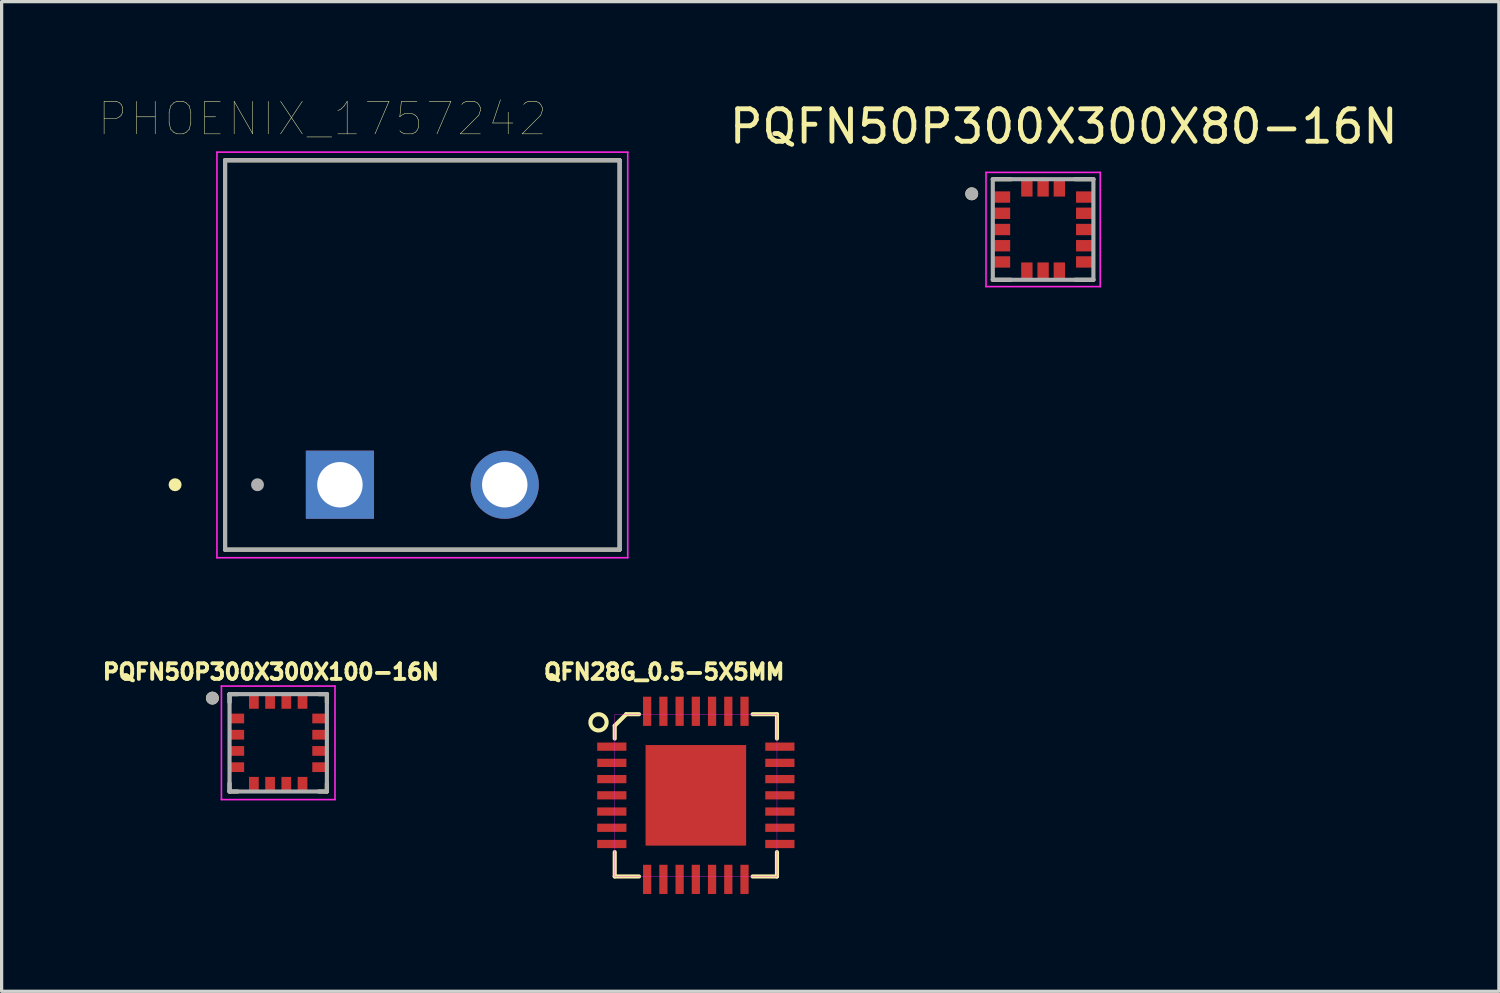
<source format=kicad_pcb>
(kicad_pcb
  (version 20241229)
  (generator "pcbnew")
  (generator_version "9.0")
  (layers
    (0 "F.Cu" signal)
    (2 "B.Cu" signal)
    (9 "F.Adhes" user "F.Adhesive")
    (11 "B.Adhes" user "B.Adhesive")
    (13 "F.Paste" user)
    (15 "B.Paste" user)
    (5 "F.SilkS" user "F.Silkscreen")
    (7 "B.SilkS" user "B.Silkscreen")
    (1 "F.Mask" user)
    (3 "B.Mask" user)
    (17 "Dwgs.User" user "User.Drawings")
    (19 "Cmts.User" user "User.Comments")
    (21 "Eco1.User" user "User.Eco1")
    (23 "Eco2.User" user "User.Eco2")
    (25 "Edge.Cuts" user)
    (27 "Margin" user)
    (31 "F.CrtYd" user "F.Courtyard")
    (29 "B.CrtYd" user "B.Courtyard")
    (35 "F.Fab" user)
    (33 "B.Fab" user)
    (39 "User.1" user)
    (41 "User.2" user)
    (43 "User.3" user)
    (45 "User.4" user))
  (footprint "PHOENIX_1757242"
    (layer "F.Cu")
    (at 9.966 7.889)
    (property "Reference" "PHOENIX_1757242" (at -3.08 -7.277 0) (layer "F.SilkS") (effects (font (size 1.002 1.002) (thickness 0.015))))
    (attr through_hole)
    (fp_line (start -6.08 -6) (end 6.08 -6) (stroke (width 0.127) (type solid)) (layer "F.SilkS"))
    (fp_line (start -6.08 6) (end -6.08 -6) (stroke (width 0.127) (type solid)) (layer "F.SilkS"))
    (fp_line (start 6.08 -6) (end 6.08 6) (stroke (width 0.127) (type solid)) (layer "F.SilkS"))
    (fp_line (start 6.08 6) (end -6.08 6) (stroke (width 0.127) (type solid)) (layer "F.SilkS"))
    (fp_circle (center -7.62 4) (end -7.52 4) (stroke (width 0.2) (type solid)) (fill no) (layer "F.SilkS"))
    (fp_line (start -6.33 -6.25) (end 6.33 -6.25) (stroke (width 0.05) (type solid)) (layer "F.CrtYd"))
    (fp_line (start -6.33 6.25) (end -6.33 -6.25) (stroke (width 0.05) (type solid)) (layer "F.CrtYd"))
    (fp_line (start 6.33 -6.25) (end 6.33 6.25) (stroke (width 0.05) (type solid)) (layer "F.CrtYd"))
    (fp_line (start 6.33 6.25) (end -6.33 6.25) (stroke (width 0.05) (type solid)) (layer "F.CrtYd"))
    (fp_line (start -6.08 -6) (end 6.08 -6) (stroke (width 0.127) (type solid)) (layer "F.Fab"))
    (fp_line (start -6.08 6) (end -6.08 -6) (stroke (width 0.127) (type solid)) (layer "F.Fab"))
    (fp_line (start 6.08 -6) (end 6.08 6) (stroke (width 0.127) (type solid)) (layer "F.Fab"))
    (fp_line (start 6.08 6) (end -6.08 6) (stroke (width 0.127) (type solid)) (layer "F.Fab"))
    (fp_circle (center -5.08 4) (end -4.98 4) (stroke (width 0.2) (type solid)) (fill no) (layer "F.Fab"))
    (pad "1" thru_hole rect (at -2.54 4) (size 2.1 2.1) (drill 1.4) (layers "*.Cu" "*.Mask"))
    (pad "2" thru_hole circle (at 2.54 4) (size 2.1 2.1) (drill 1.4) (layers "*.Cu" "*.Mask")))
  (footprint "QFN28G_0.5-5X5MM"
    (layer "F.Cu")
    (at 18.395 21.461)
    (property "Reference" "QFN28G_0.5-5X5MM" (at -0.976 -3.805 0) (layer "F.SilkS") (effects (font (size 0.48 0.48) (thickness 0.15))))
    (attr through_hole)
    (fp_line (start -2.5 -2.146) (end -2.5 -1.75) (stroke (width 0.127) (type solid)) (layer "F.SilkS"))
    (fp_line (start -2.5 1.75) (end -2.5 2.5) (stroke (width 0.127) (type solid)) (layer "F.SilkS"))
    (fp_line (start -2.5 2.5) (end -1.75 2.5) (stroke (width 0.127) (type solid)) (layer "F.SilkS"))
    (fp_line (start -2.146 -2.5) (end -2.5 -2.146) (stroke (width 0.127) (type solid)) (layer "F.SilkS"))
    (fp_line (start -1.75 -2.5) (end -2.146 -2.5) (stroke (width 0.127) (type solid)) (layer "F.SilkS"))
    (fp_line (start 1.75 -2.5) (end 2.5 -2.5) (stroke (width 0.127) (type solid)) (layer "F.SilkS"))
    (fp_line (start 1.75 2.5) (end 2.5 2.5) (stroke (width 0.127) (type solid)) (layer "F.SilkS"))
    (fp_line (start 2.5 -2.5) (end 2.5 -1.75) (stroke (width 0.127) (type solid)) (layer "F.SilkS"))
    (fp_line (start 2.5 2.5) (end 2.5 1.75) (stroke (width 0.127) (type solid)) (layer "F.SilkS"))
    (fp_circle (center -3 -2.25) (end -2.75 -2.25) (stroke (width 0.127) (type solid)) (fill no) (layer "F.SilkS"))
    (fp_poly (pts (xy -1.502 0.25) (xy -0.25 0.25) (xy -0.25 1.502) (xy -1.502 1.502)) (stroke (width 0.01) (type solid)) (fill yes) (layer "F.Paste"))
    (fp_poly (pts (xy -1.501 -1.5) (xy -0.25 -1.5) (xy -0.25 -0.25) (xy -1.501 -0.25)) (stroke (width 0.01) (type solid)) (fill yes) (layer "F.Paste"))
    (fp_poly (pts (xy 0.25 0.25) (xy 1.5 0.25) (xy 1.5 1.5) (xy 0.25 1.5)) (stroke (width 0.01) (type solid)) (fill yes) (layer "F.Paste"))
    (fp_poly (pts (xy 0.25 -1.5) (xy 1.5 -1.5) (xy 1.5 -0.25) (xy 0.25 -0.25)) (stroke (width 0.01) (type solid)) (fill yes) (layer "F.Paste"))
    (fp_poly (pts (xy -2.504 -2.5) (xy 2.5 -2.5) (xy 2.5 2.504) (xy -2.504 2.504)) (stroke (width 0.01) (type solid)) (fill no) (layer "F.CrtYd"))
    (pad "1" smd rect (at -2.59 -1.5) (size 0.9 0.254) (layers "F.Cu" "F.Mask" "F.Paste"))
    (pad "2" smd rect (at -2.59 -1) (size 0.9 0.254) (layers "F.Cu" "F.Mask" "F.Paste"))
    (pad "3" smd rect (at -2.59 -0.5) (size 0.9 0.254) (layers "F.Cu" "F.Mask" "F.Paste"))
    (pad "4" smd rect (at -2.59 0) (size 0.9 0.254) (layers "F.Cu" "F.Mask" "F.Paste"))
    (pad "5" smd rect (at -2.59 0.5) (size 0.9 0.254) (layers "F.Cu" "F.Mask" "F.Paste"))
    (pad "6" smd rect (at -2.59 1) (size 0.9 0.254) (layers "F.Cu" "F.Mask" "F.Paste"))
    (pad "7" smd rect (at -2.59 1.5) (size 0.9 0.254) (layers "F.Cu" "F.Mask" "F.Paste"))
    (pad "8" smd rect (at -1.5 2.59) (size 0.254 0.9) (layers "F.Cu" "F.Mask" "F.Paste"))
    (pad "9" smd rect (at -1 2.59) (size 0.254 0.9) (layers "F.Cu" "F.Mask" "F.Paste"))
    (pad "10" smd rect (at -0.5 2.59) (size 0.254 0.9) (layers "F.Cu" "F.Mask" "F.Paste"))
    (pad "11" smd rect (at 0 2.59) (size 0.254 0.9) (layers "F.Cu" "F.Mask" "F.Paste"))
    (pad "12" smd rect (at 0.5 2.59) (size 0.254 0.9) (layers "F.Cu" "F.Mask" "F.Paste"))
    (pad "13" smd rect (at 1 2.59) (size 0.254 0.9) (layers "F.Cu" "F.Mask" "F.Paste"))
    (pad "14" smd rect (at 1.5 2.59) (size 0.254 0.9) (layers "F.Cu" "F.Mask" "F.Paste"))
    (pad "15" smd rect (at 2.59 1.5) (size 0.9 0.254) (layers "F.Cu" "F.Mask" "F.Paste"))
    (pad "16" smd rect (at 2.59 1) (size 0.9 0.254) (layers "F.Cu" "F.Mask" "F.Paste"))
    (pad "17" smd rect (at 2.59 0.5) (size 0.9 0.254) (layers "F.Cu" "F.Mask" "F.Paste"))
    (pad "18" smd rect (at 2.59 0) (size 0.9 0.254) (layers "F.Cu" "F.Mask" "F.Paste"))
    (pad "19" smd rect (at 2.59 -0.5) (size 0.9 0.254) (layers "F.Cu" "F.Mask" "F.Paste"))
    (pad "20" smd rect (at 2.59 -1) (size 0.9 0.254) (layers "F.Cu" "F.Mask" "F.Paste"))
    (pad "21" smd rect (at 2.59 -1.5) (size 0.9 0.254) (layers "F.Cu" "F.Mask" "F.Paste"))
    (pad "22" smd rect (at 1.5 -2.59) (size 0.254 0.9) (layers "F.Cu" "F.Mask" "F.Paste"))
    (pad "23" smd rect (at 1 -2.59) (size 0.254 0.9) (layers "F.Cu" "F.Mask" "F.Paste"))
    (pad "24" smd rect (at 0.5 -2.59) (size 0.254 0.9) (layers "F.Cu" "F.Mask" "F.Paste"))
    (pad "25" smd rect (at 0 -2.59) (size 0.254 0.9) (layers "F.Cu" "F.Mask" "F.Paste"))
    (pad "26" smd rect (at -0.5 -2.59) (size 0.254 0.9) (layers "F.Cu" "F.Mask" "F.Paste"))
    (pad "27" smd rect (at -1 -2.59) (size 0.254 0.9) (layers "F.Cu" "F.Mask" "F.Paste"))
    (pad "28" smd rect (at -1.5 -2.59) (size 0.254 0.9) (layers "F.Cu" "F.Mask" "F.Paste"))
    (pad "29" smd rect (at 0 0) (size 3.1 3.1) (layers "F.Cu" "F.Mask")))
  (footprint "PQFN50P300X300X100-16N"
    (layer "F.Cu")
    (at 5.524 19.843)
    (property "Reference" "PQFN50P300X300X100-16N" (at -0.226 -2.187 0) (layer "F.SilkS") (effects (font (size 0.48 0.48) (thickness 0.12))))
    (attr through_hole)
    (fp_line (start -1.5 -1.5) (end -1.25 -1.5) (stroke (width 0.127) (type solid)) (layer "F.SilkS"))
    (fp_line (start -1.5 -1.25) (end -1.5 -1.5) (stroke (width 0.127) (type solid)) (layer "F.SilkS"))
    (fp_line (start -1.5 1.5) (end -1.5 1.25) (stroke (width 0.127) (type solid)) (layer "F.SilkS"))
    (fp_line (start -1.25 1.5) (end -1.5 1.5) (stroke (width 0.127) (type solid)) (layer "F.SilkS"))
    (fp_line (start 1.25 -1.5) (end 1.5 -1.5) (stroke (width 0.127) (type solid)) (layer "F.SilkS"))
    (fp_line (start 1.5 -1.5) (end 1.5 -1.25) (stroke (width 0.127) (type solid)) (layer "F.SilkS"))
    (fp_line (start 1.5 1.25) (end 1.5 1.5) (stroke (width 0.127) (type solid)) (layer "F.SilkS"))
    (fp_line (start 1.5 1.5) (end 1.25 1.5) (stroke (width 0.127) (type solid)) (layer "F.SilkS"))
    (fp_circle (center -2.028 -1.378) (end -1.928 -1.378) (stroke (width 0.2) (type solid)) (fill no) (layer "F.SilkS"))
    (fp_line (start -1.75 -1.75) (end 1.75 -1.75) (stroke (width 0.05) (type solid)) (layer "F.CrtYd"))
    (fp_line (start -1.75 1.75) (end -1.75 -1.75) (stroke (width 0.05) (type solid)) (layer "F.CrtYd"))
    (fp_line (start 1.75 -1.75) (end 1.75 1.75) (stroke (width 0.05) (type solid)) (layer "F.CrtYd"))
    (fp_line (start 1.75 1.75) (end -1.75 1.75) (stroke (width 0.05) (type solid)) (layer "F.CrtYd"))
    (fp_line (start -1.5 -1.5) (end 1.5 -1.5) (stroke (width 0.127) (type solid)) (layer "F.Fab"))
    (fp_line (start -1.5 1.5) (end -1.5 -1.5) (stroke (width 0.127) (type solid)) (layer "F.Fab"))
    (fp_line (start 1.5 -1.5) (end 1.5 1.5) (stroke (width 0.127) (type solid)) (layer "F.Fab"))
    (fp_line (start 1.5 1.5) (end -1.5 1.5) (stroke (width 0.127) (type solid)) (layer "F.Fab"))
    (fp_circle (center -2.028 -1.378) (end -1.928 -1.378) (stroke (width 0.2) (type solid)) (fill no) (layer "F.Fab"))
    (pad "1" smd rect (at -1.275 -0.75) (size 0.45 0.3) (layers "F.Cu" "F.Mask" "F.Paste"))
    (pad "2" smd rect (at -1.275 -0.25) (size 0.45 0.3) (layers "F.Cu" "F.Mask" "F.Paste"))
    (pad "3" smd rect (at -1.275 0.25) (size 0.45 0.3) (layers "F.Cu" "F.Mask" "F.Paste"))
    (pad "4" smd rect (at -1.275 0.75) (size 0.45 0.3) (layers "F.Cu" "F.Mask" "F.Paste"))
    (pad "5" smd rect (at -0.75 1.275) (size 0.3 0.45) (layers "F.Cu" "F.Mask" "F.Paste"))
    (pad "6" smd rect (at -0.25 1.275) (size 0.3 0.45) (layers "F.Cu" "F.Mask" "F.Paste"))
    (pad "7" smd rect (at 0.25 1.275) (size 0.3 0.45) (layers "F.Cu" "F.Mask" "F.Paste"))
    (pad "8" smd rect (at 0.75 1.275) (size 0.3 0.45) (layers "F.Cu" "F.Mask" "F.Paste"))
    (pad "9" smd rect (at 1.275 0.75) (size 0.45 0.3) (layers "F.Cu" "F.Mask" "F.Paste"))
    (pad "10" smd rect (at 1.275 0.25) (size 0.45 0.3) (layers "F.Cu" "F.Mask" "F.Paste"))
    (pad "11" smd rect (at 1.275 -0.25) (size 0.45 0.3) (layers "F.Cu" "F.Mask" "F.Paste"))
    (pad "12" smd rect (at 1.275 -0.75) (size 0.45 0.3) (layers "F.Cu" "F.Mask" "F.Paste"))
    (pad "13" smd rect (at 0.75 -1.275) (size 0.3 0.45) (layers "F.Cu" "F.Mask" "F.Paste"))
    (pad "14" smd rect (at 0.25 -1.275) (size 0.3 0.45) (layers "F.Cu" "F.Mask" "F.Paste"))
    (pad "15" smd rect (at -0.25 -1.275) (size 0.3 0.45) (layers "F.Cu" "F.Mask" "F.Paste"))
    (pad "16" smd rect (at -0.75 -1.275) (size 0.3 0.45) (layers "F.Cu" "F.Mask" "F.Paste")))
  (footprint "PQFN50P300X300X80-16N"
    (layer "F.Cu")
    (at 29.097 4.023)
    (property "Reference" "PQFN50P300X300X80-16N" (at 0.635 -3.175 0) (layer "F.SilkS") (effects (font (size 1 1) (thickness 0.15))))
    (attr through_hole)
    (fp_line (start -1.55 -1.55) (end -0.99 -1.55) (stroke (width 0.127) (type solid)) (layer "F.SilkS"))
    (fp_line (start -1.55 1.55) (end -0.99 1.55) (stroke (width 0.127) (type solid)) (layer "F.SilkS"))
    (fp_line (start 1.55 -1.55) (end 0.99 -1.55) (stroke (width 0.127) (type solid)) (layer "F.SilkS"))
    (fp_line (start 1.55 1.55) (end 0.99 1.55) (stroke (width 0.127) (type solid)) (layer "F.SilkS"))
    (fp_circle (center -2.2 -1.1) (end -2.1 -1.1) (stroke (width 0.2) (type solid)) (fill no) (layer "F.SilkS"))
    (fp_line (start -1.76 -1.76) (end 1.76 -1.76) (stroke (width 0.05) (type solid)) (layer "F.CrtYd"))
    (fp_line (start -1.76 1.76) (end -1.76 -1.76) (stroke (width 0.05) (type solid)) (layer "F.CrtYd"))
    (fp_line (start 1.76 -1.76) (end 1.76 1.76) (stroke (width 0.05) (type solid)) (layer "F.CrtYd"))
    (fp_line (start 1.76 1.76) (end -1.76 1.76) (stroke (width 0.05) (type solid)) (layer "F.CrtYd"))
    (fp_line (start -1.55 -1.55) (end 1.55 -1.55) (stroke (width 0.127) (type solid)) (layer "F.Fab"))
    (fp_line (start -1.55 1.55) (end -1.55 -1.55) (stroke (width 0.127) (type solid)) (layer "F.Fab"))
    (fp_line (start 1.55 -1.55) (end 1.55 1.55) (stroke (width 0.127) (type solid)) (layer "F.Fab"))
    (fp_line (start 1.55 1.55) (end -1.55 1.55) (stroke (width 0.127) (type solid)) (layer "F.Fab"))
    (fp_circle (center -2.2 -1.1) (end -2.1 -1.1) (stroke (width 0.2) (type solid)) (fill no) (layer "F.Fab"))
    (pad "1" smd rect (at -1.26 -1) (size 0.49 0.35) (layers "F.Cu" "F.Mask" "F.Paste"))
    (pad "2" smd rect (at -1.26 -0.5) (size 0.49 0.35) (layers "F.Cu" "F.Mask" "F.Paste"))
    (pad "3" smd rect (at -1.26 0) (size 0.49 0.35) (layers "F.Cu" "F.Mask" "F.Paste"))
    (pad "4" smd rect (at -1.26 0.5) (size 0.49 0.35) (layers "F.Cu" "F.Mask" "F.Paste"))
    (pad "5" smd rect (at -1.26 1) (size 0.49 0.35) (layers "F.Cu" "F.Mask" "F.Paste"))
    (pad "6" smd rect (at -0.5 1.26 90) (size 0.49 0.35) (layers "F.Cu" "F.Mask" "F.Paste"))
    (pad "7" smd rect (at 0 1.26 90) (size 0.49 0.35) (layers "F.Cu" "F.Mask" "F.Paste"))
    (pad "8" smd rect (at 0.5 1.26 90) (size 0.49 0.35) (layers "F.Cu" "F.Mask" "F.Paste"))
    (pad "9" smd rect (at 1.26 1 180) (size 0.49 0.35) (layers "F.Cu" "F.Mask" "F.Paste"))
    (pad "10" smd rect (at 1.26 0.5 180) (size 0.49 0.35) (layers "F.Cu" "F.Mask" "F.Paste"))
    (pad "11" smd rect (at 1.26 0 180) (size 0.49 0.35) (layers "F.Cu" "F.Mask" "F.Paste"))
    (pad "12" smd rect (at 1.26 -0.5 180) (size 0.49 0.35) (layers "F.Cu" "F.Mask" "F.Paste"))
    (pad "13" smd rect (at 1.26 -1 180) (size 0.49 0.35) (layers "F.Cu" "F.Mask" "F.Paste"))
    (pad "14" smd rect (at 0.5 -1.26 270) (size 0.49 0.35) (layers "F.Cu" "F.Mask" "F.Paste"))
    (pad "15" smd rect (at 0 -1.26 270) (size 0.49 0.35) (layers "F.Cu" "F.Mask" "F.Paste"))
    (pad "16" smd rect (at -0.5 -1.26 270) (size 0.49 0.35) (layers "F.Cu" "F.Mask" "F.Paste")))
  (gr_rect
    (start -3 -3)
    (end 43.143 27.501)
    (stroke (width 0.1) (type default))
    (fill no)
    (layer "Edge.Cuts")))
</source>
